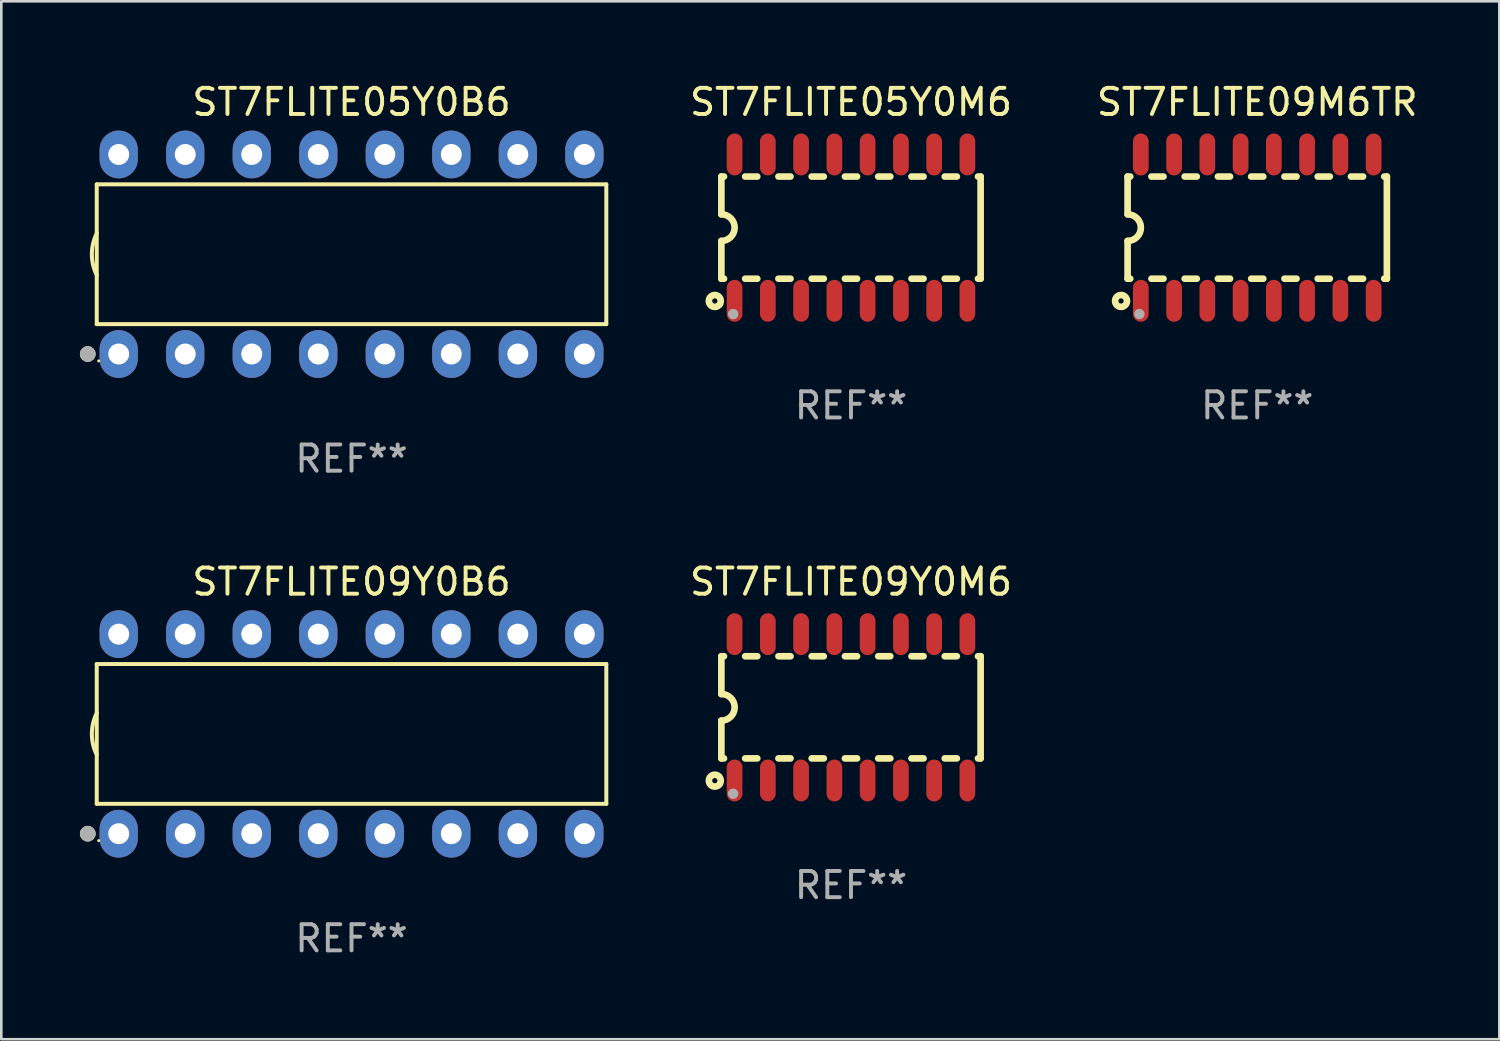
<source format=kicad_pcb>
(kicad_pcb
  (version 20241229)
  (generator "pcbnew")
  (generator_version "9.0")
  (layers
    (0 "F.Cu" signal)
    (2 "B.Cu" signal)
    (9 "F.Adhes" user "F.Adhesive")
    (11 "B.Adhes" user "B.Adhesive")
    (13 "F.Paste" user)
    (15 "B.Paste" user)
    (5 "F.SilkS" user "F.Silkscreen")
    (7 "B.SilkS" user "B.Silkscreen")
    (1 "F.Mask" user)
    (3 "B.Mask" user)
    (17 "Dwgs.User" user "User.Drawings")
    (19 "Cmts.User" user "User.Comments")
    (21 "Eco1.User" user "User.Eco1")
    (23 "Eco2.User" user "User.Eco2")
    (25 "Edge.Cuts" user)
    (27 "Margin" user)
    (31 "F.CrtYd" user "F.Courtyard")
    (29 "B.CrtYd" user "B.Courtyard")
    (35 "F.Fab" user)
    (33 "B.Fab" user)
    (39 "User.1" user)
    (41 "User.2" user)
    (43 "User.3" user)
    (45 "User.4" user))
  (footprint "ST7FLITE05Y0M6"
    (layer "F.Cu")
    (at 29.445 5.642)
    (property "Reference" "ST7FLITE05Y0M6" (at 0 -4.794 0) (layer "F.SilkS") (effects (font (size 1 1) (thickness 0.15))))
    (attr through_hole)
    (fp_line (start -4.95 -1.95) (end -4.95 -0.508) (stroke (width 0.254) (type solid)) (layer "F.SilkS"))
    (fp_line (start -4.95 -1.95) (end -4.849 -1.95) (stroke (width 0.254) (type solid)) (layer "F.SilkS"))
    (fp_line (start -4.95 1.95) (end -4.95 0.508) (stroke (width 0.254) (type solid)) (layer "F.SilkS"))
    (fp_line (start -4.95 1.95) (end -4.849 1.95) (stroke (width 0.254) (type solid)) (layer "F.SilkS"))
    (fp_line (start -4.041 -1.95) (end -3.579 -1.95) (stroke (width 0.254) (type solid)) (layer "F.SilkS"))
    (fp_line (start -4.041 1.95) (end -3.579 1.95) (stroke (width 0.254) (type solid)) (layer "F.SilkS"))
    (fp_line (start -2.771 -1.95) (end -2.309 -1.95) (stroke (width 0.254) (type solid)) (layer "F.SilkS"))
    (fp_line (start -2.771 1.95) (end -2.309 1.95) (stroke (width 0.254) (type solid)) (layer "F.SilkS"))
    (fp_line (start -1.501 -1.95) (end -1.039 -1.95) (stroke (width 0.254) (type solid)) (layer "F.SilkS"))
    (fp_line (start -1.501 1.95) (end -1.039 1.95) (stroke (width 0.254) (type solid)) (layer "F.SilkS"))
    (fp_line (start -0.231 -1.95) (end 0.231 -1.95) (stroke (width 0.254) (type solid)) (layer "F.SilkS"))
    (fp_line (start -0.231 1.95) (end 0.231 1.95) (stroke (width 0.254) (type solid)) (layer "F.SilkS"))
    (fp_line (start 1.039 -1.95) (end 1.501 -1.95) (stroke (width 0.254) (type solid)) (layer "F.SilkS"))
    (fp_line (start 1.039 1.95) (end 1.501 1.95) (stroke (width 0.254) (type solid)) (layer "F.SilkS"))
    (fp_line (start 2.309 -1.95) (end 2.771 -1.95) (stroke (width 0.254) (type solid)) (layer "F.SilkS"))
    (fp_line (start 2.309 1.95) (end 2.771 1.95) (stroke (width 0.254) (type solid)) (layer "F.SilkS"))
    (fp_line (start 3.579 -1.95) (end 4.041 -1.95) (stroke (width 0.254) (type solid)) (layer "F.SilkS"))
    (fp_line (start 3.579 1.95) (end 4.041 1.95) (stroke (width 0.254) (type solid)) (layer "F.SilkS"))
    (fp_line (start 4.849 -1.95) (end 4.95 -1.95) (stroke (width 0.254) (type solid)) (layer "F.SilkS"))
    (fp_line (start 4.849 1.95) (end 4.95 1.95) (stroke (width 0.254) (type solid)) (layer "F.SilkS"))
    (fp_line (start 4.95 -1.95) (end 4.95 1.95) (stroke (width 0.254) (type solid)) (layer "F.SilkS"))
    (fp_arc (start -4.95047 -0.508001) (mid -4.442469 -0.000228) (end -4.950013 0.508001) (stroke (width 0.254001) (type solid)) (layer "F.SilkS"))
    (fp_circle (center -5.2 2.8) (end -5.1 2.8) (stroke (width 0.254) (type solid)) (fill no) (layer "F.SilkS"))
    (fp_circle (center -4.95 2.947) (end -4.92 2.947) (stroke (width 0.06) (type solid)) (fill no) (layer "F.SilkS"))
    (fp_circle (center -4.5 3.3) (end -4.4 3.3) (stroke (width 0.2) (type solid)) (fill no) (layer "F.Fab"))
    (fp_text user "REF**" (at 0 6.794 0) (layer "F.Fab") (effects (font (size 1 1) (thickness 0.15))))
    (pad "1" smd oval (at -4.445 2.794) (size 0.6 1.6) (layers "F.Cu" "F.Mask" "F.Paste"))
    (pad "2" smd oval (at -3.175 2.794) (size 0.6 1.6) (layers "F.Cu" "F.Mask" "F.Paste"))
    (pad "3" smd oval (at -1.905 2.794) (size 0.6 1.6) (layers "F.Cu" "F.Mask" "F.Paste"))
    (pad "4" smd oval (at -0.635 2.794) (size 0.6 1.6) (layers "F.Cu" "F.Mask" "F.Paste"))
    (pad "5" smd oval (at 0.635 2.794) (size 0.6 1.6) (layers "F.Cu" "F.Mask" "F.Paste"))
    (pad "6" smd oval (at 1.905 2.794) (size 0.6 1.6) (layers "F.Cu" "F.Mask" "F.Paste"))
    (pad "7" smd oval (at 3.175 2.794) (size 0.6 1.6) (layers "F.Cu" "F.Mask" "F.Paste"))
    (pad "8" smd oval (at 4.445 2.794) (size 0.6 1.6) (layers "F.Cu" "F.Mask" "F.Paste"))
    (pad "9" smd oval (at 4.445 -2.794) (size 0.6 1.6) (layers "F.Cu" "F.Mask" "F.Paste"))
    (pad "10" smd oval (at 3.175 -2.794) (size 0.6 1.6) (layers "F.Cu" "F.Mask" "F.Paste"))
    (pad "11" smd oval (at 1.905 -2.794) (size 0.6 1.6) (layers "F.Cu" "F.Mask" "F.Paste"))
    (pad "12" smd oval (at 0.635 -2.794) (size 0.6 1.6) (layers "F.Cu" "F.Mask" "F.Paste"))
    (pad "13" smd oval (at -0.635 -2.794) (size 0.6 1.6) (layers "F.Cu" "F.Mask" "F.Paste"))
    (pad "14" smd oval (at -1.905 -2.794) (size 0.6 1.6) (layers "F.Cu" "F.Mask" "F.Paste"))
    (pad "15" smd oval (at -3.175 -2.794) (size 0.6 1.6) (layers "F.Cu" "F.Mask" "F.Paste"))
    (pad "16" smd oval (at -4.445 -2.794) (size 0.6 1.6) (layers "F.Cu" "F.Mask" "F.Paste")))
  (footprint "ST7FLITE09Y0M6"
    (layer "F.Cu")
    (at 29.445 23.959)
    (property "Reference" "ST7FLITE09Y0M6" (at 0 -4.794 0) (layer "F.SilkS") (effects (font (size 1 1) (thickness 0.15))))
    (attr through_hole)
    (fp_line (start -4.95 -1.95) (end -4.95 -0.508) (stroke (width 0.254) (type solid)) (layer "F.SilkS"))
    (fp_line (start -4.95 -1.95) (end -4.849 -1.95) (stroke (width 0.254) (type solid)) (layer "F.SilkS"))
    (fp_line (start -4.95 1.95) (end -4.95 0.508) (stroke (width 0.254) (type solid)) (layer "F.SilkS"))
    (fp_line (start -4.95 1.95) (end -4.849 1.95) (stroke (width 0.254) (type solid)) (layer "F.SilkS"))
    (fp_line (start -4.041 -1.95) (end -3.579 -1.95) (stroke (width 0.254) (type solid)) (layer "F.SilkS"))
    (fp_line (start -4.041 1.95) (end -3.579 1.95) (stroke (width 0.254) (type solid)) (layer "F.SilkS"))
    (fp_line (start -2.771 -1.95) (end -2.309 -1.95) (stroke (width 0.254) (type solid)) (layer "F.SilkS"))
    (fp_line (start -2.771 1.95) (end -2.309 1.95) (stroke (width 0.254) (type solid)) (layer "F.SilkS"))
    (fp_line (start -1.501 -1.95) (end -1.039 -1.95) (stroke (width 0.254) (type solid)) (layer "F.SilkS"))
    (fp_line (start -1.501 1.95) (end -1.039 1.95) (stroke (width 0.254) (type solid)) (layer "F.SilkS"))
    (fp_line (start -0.231 -1.95) (end 0.231 -1.95) (stroke (width 0.254) (type solid)) (layer "F.SilkS"))
    (fp_line (start -0.231 1.95) (end 0.231 1.95) (stroke (width 0.254) (type solid)) (layer "F.SilkS"))
    (fp_line (start 1.039 -1.95) (end 1.501 -1.95) (stroke (width 0.254) (type solid)) (layer "F.SilkS"))
    (fp_line (start 1.039 1.95) (end 1.501 1.95) (stroke (width 0.254) (type solid)) (layer "F.SilkS"))
    (fp_line (start 2.309 -1.95) (end 2.771 -1.95) (stroke (width 0.254) (type solid)) (layer "F.SilkS"))
    (fp_line (start 2.309 1.95) (end 2.771 1.95) (stroke (width 0.254) (type solid)) (layer "F.SilkS"))
    (fp_line (start 3.579 -1.95) (end 4.041 -1.95) (stroke (width 0.254) (type solid)) (layer "F.SilkS"))
    (fp_line (start 3.579 1.95) (end 4.041 1.95) (stroke (width 0.254) (type solid)) (layer "F.SilkS"))
    (fp_line (start 4.849 -1.95) (end 4.95 -1.95) (stroke (width 0.254) (type solid)) (layer "F.SilkS"))
    (fp_line (start 4.849 1.95) (end 4.95 1.95) (stroke (width 0.254) (type solid)) (layer "F.SilkS"))
    (fp_line (start 4.95 -1.95) (end 4.95 1.95) (stroke (width 0.254) (type solid)) (layer "F.SilkS"))
    (fp_arc (start -4.95047 -0.508001) (mid -4.442469 -0.000228) (end -4.950013 0.508001) (stroke (width 0.254001) (type solid)) (layer "F.SilkS"))
    (fp_circle (center -5.2 2.8) (end -5.1 2.8) (stroke (width 0.254) (type solid)) (fill no) (layer "F.SilkS"))
    (fp_circle (center -4.95 2.947) (end -4.92 2.947) (stroke (width 0.06) (type solid)) (fill no) (layer "F.SilkS"))
    (fp_circle (center -4.5 3.3) (end -4.4 3.3) (stroke (width 0.2) (type solid)) (fill no) (layer "F.Fab"))
    (fp_text user "REF**" (at 0 6.794 0) (layer "F.Fab") (effects (font (size 1 1) (thickness 0.15))))
    (pad "1" smd oval (at -4.445 2.794) (size 0.6 1.6) (layers "F.Cu" "F.Mask" "F.Paste"))
    (pad "2" smd oval (at -3.175 2.794) (size 0.6 1.6) (layers "F.Cu" "F.Mask" "F.Paste"))
    (pad "3" smd oval (at -1.905 2.794) (size 0.6 1.6) (layers "F.Cu" "F.Mask" "F.Paste"))
    (pad "4" smd oval (at -0.635 2.794) (size 0.6 1.6) (layers "F.Cu" "F.Mask" "F.Paste"))
    (pad "5" smd oval (at 0.635 2.794) (size 0.6 1.6) (layers "F.Cu" "F.Mask" "F.Paste"))
    (pad "6" smd oval (at 1.905 2.794) (size 0.6 1.6) (layers "F.Cu" "F.Mask" "F.Paste"))
    (pad "7" smd oval (at 3.175 2.794) (size 0.6 1.6) (layers "F.Cu" "F.Mask" "F.Paste"))
    (pad "8" smd oval (at 4.445 2.794) (size 0.6 1.6) (layers "F.Cu" "F.Mask" "F.Paste"))
    (pad "9" smd oval (at 4.445 -2.794) (size 0.6 1.6) (layers "F.Cu" "F.Mask" "F.Paste"))
    (pad "10" smd oval (at 3.175 -2.794) (size 0.6 1.6) (layers "F.Cu" "F.Mask" "F.Paste"))
    (pad "11" smd oval (at 1.905 -2.794) (size 0.6 1.6) (layers "F.Cu" "F.Mask" "F.Paste"))
    (pad "12" smd oval (at 0.635 -2.794) (size 0.6 1.6) (layers "F.Cu" "F.Mask" "F.Paste"))
    (pad "13" smd oval (at -0.635 -2.794) (size 0.6 1.6) (layers "F.Cu" "F.Mask" "F.Paste"))
    (pad "14" smd oval (at -1.905 -2.794) (size 0.6 1.6) (layers "F.Cu" "F.Mask" "F.Paste"))
    (pad "15" smd oval (at -3.175 -2.794) (size 0.6 1.6) (layers "F.Cu" "F.Mask" "F.Paste"))
    (pad "16" smd oval (at -4.445 -2.794) (size 0.6 1.6) (layers "F.Cu" "F.Mask" "F.Paste")))
  (footprint "ST7FLITE09Y0B6"
    (layer "F.Cu")
    (at 10.373 24.975)
    (property "Reference" "ST7FLITE09Y0B6" (at 0 -5.81 0) (layer "F.SilkS") (effects (font (size 1 1) (thickness 0.15))))
    (attr through_hole)
    (fp_line (start -9.729 -2.669) (end 9.729 -2.669) (stroke (width 0.152) (type solid)) (layer "F.SilkS"))
    (fp_line (start -9.729 2.669) (end -9.729 -2.669) (stroke (width 0.152) (type solid)) (layer "F.SilkS"))
    (fp_line (start 9.729 -2.669) (end 9.729 2.669) (stroke (width 0.152) (type solid)) (layer "F.SilkS"))
    (fp_line (start 9.729 2.669) (end -9.729 2.669) (stroke (width 0.152) (type solid)) (layer "F.SilkS"))
    (fp_arc (start -9.728727 0.793751) (mid -9.916106 0) (end -9.728727 -0.793752) (stroke (width 0.1524) (type solid)) (layer "F.SilkS"))
    (fp_circle (center -10.072 3.81) (end -9.922 3.81) (stroke (width 0.3) (type solid)) (fill no) (layer "F.SilkS"))
    (fp_circle (center -9.653 4.075) (end -9.623 4.075) (stroke (width 0.06) (type solid)) (fill no) (layer "F.SilkS"))
    (fp_circle (center -10.072 3.81) (end -9.922 3.81) (stroke (width 0.3) (type solid)) (fill no) (layer "F.Fab"))
    (fp_text user "REF**" (at 0 7.81 0) (layer "F.Fab") (effects (font (size 1 1) (thickness 0.15))))
    (pad "1" thru_hole oval (at -8.89 3.81) (size 1.46 1.825) (drill 0.8) (layers "*.Cu" "*.Mask"))
    (pad "2" thru_hole oval (at -6.35 3.81) (size 1.46 1.825) (drill 0.8) (layers "*.Cu" "*.Mask"))
    (pad "3" thru_hole oval (at -3.81 3.81) (size 1.46 1.825) (drill 0.8) (layers "*.Cu" "*.Mask"))
    (pad "4" thru_hole oval (at -1.27 3.81) (size 1.46 1.825) (drill 0.8) (layers "*.Cu" "*.Mask"))
    (pad "5" thru_hole oval (at 1.27 3.81) (size 1.46 1.825) (drill 0.8) (layers "*.Cu" "*.Mask"))
    (pad "6" thru_hole oval (at 3.81 3.81) (size 1.46 1.825) (drill 0.8) (layers "*.Cu" "*.Mask"))
    (pad "7" thru_hole oval (at 6.35 3.81) (size 1.46 1.825) (drill 0.8) (layers "*.Cu" "*.Mask"))
    (pad "8" thru_hole oval (at 8.89 3.81) (size 1.46 1.825) (drill 0.8) (layers "*.Cu" "*.Mask"))
    (pad "9" thru_hole oval (at 8.89 -3.81) (size 1.46 1.825) (drill 0.8) (layers "*.Cu" "*.Mask"))
    (pad "10" thru_hole oval (at 6.35 -3.81) (size 1.46 1.825) (drill 0.8) (layers "*.Cu" "*.Mask"))
    (pad "11" thru_hole oval (at 3.81 -3.81) (size 1.46 1.825) (drill 0.8) (layers "*.Cu" "*.Mask"))
    (pad "12" thru_hole oval (at 1.27 -3.81) (size 1.46 1.825) (drill 0.8) (layers "*.Cu" "*.Mask"))
    (pad "13" thru_hole oval (at -1.27 -3.81) (size 1.46 1.825) (drill 0.8) (layers "*.Cu" "*.Mask"))
    (pad "14" thru_hole oval (at -3.81 -3.81) (size 1.46 1.825) (drill 0.8) (layers "*.Cu" "*.Mask"))
    (pad "15" thru_hole oval (at -6.35 -3.81) (size 1.46 1.825) (drill 0.8) (layers "*.Cu" "*.Mask"))
    (pad "16" thru_hole oval (at -8.89 -3.81) (size 1.46 1.825) (drill 0.8) (layers "*.Cu" "*.Mask")))
  (footprint "ST7FLITE09M6TR"
    (layer "F.Cu")
    (at 44.957 5.642)
    (property "Reference" "ST7FLITE09M6TR" (at 0 -4.794 0) (layer "F.SilkS") (effects (font (size 1 1) (thickness 0.15))))
    (attr through_hole)
    (fp_line (start -4.95 -1.95) (end -4.95 -0.508) (stroke (width 0.254) (type solid)) (layer "F.SilkS"))
    (fp_line (start -4.95 -1.95) (end -4.849 -1.95) (stroke (width 0.254) (type solid)) (layer "F.SilkS"))
    (fp_line (start -4.95 1.95) (end -4.95 0.508) (stroke (width 0.254) (type solid)) (layer "F.SilkS"))
    (fp_line (start -4.95 1.95) (end -4.849 1.95) (stroke (width 0.254) (type solid)) (layer "F.SilkS"))
    (fp_line (start -4.041 -1.95) (end -3.579 -1.95) (stroke (width 0.254) (type solid)) (layer "F.SilkS"))
    (fp_line (start -4.041 1.95) (end -3.579 1.95) (stroke (width 0.254) (type solid)) (layer "F.SilkS"))
    (fp_line (start -2.771 -1.95) (end -2.309 -1.95) (stroke (width 0.254) (type solid)) (layer "F.SilkS"))
    (fp_line (start -2.771 1.95) (end -2.309 1.95) (stroke (width 0.254) (type solid)) (layer "F.SilkS"))
    (fp_line (start -1.501 -1.95) (end -1.039 -1.95) (stroke (width 0.254) (type solid)) (layer "F.SilkS"))
    (fp_line (start -1.501 1.95) (end -1.039 1.95) (stroke (width 0.254) (type solid)) (layer "F.SilkS"))
    (fp_line (start -0.231 -1.95) (end 0.231 -1.95) (stroke (width 0.254) (type solid)) (layer "F.SilkS"))
    (fp_line (start -0.231 1.95) (end 0.231 1.95) (stroke (width 0.254) (type solid)) (layer "F.SilkS"))
    (fp_line (start 1.039 -1.95) (end 1.501 -1.95) (stroke (width 0.254) (type solid)) (layer "F.SilkS"))
    (fp_line (start 1.039 1.95) (end 1.501 1.95) (stroke (width 0.254) (type solid)) (layer "F.SilkS"))
    (fp_line (start 2.309 -1.95) (end 2.771 -1.95) (stroke (width 0.254) (type solid)) (layer "F.SilkS"))
    (fp_line (start 2.309 1.95) (end 2.771 1.95) (stroke (width 0.254) (type solid)) (layer "F.SilkS"))
    (fp_line (start 3.579 -1.95) (end 4.041 -1.95) (stroke (width 0.254) (type solid)) (layer "F.SilkS"))
    (fp_line (start 3.579 1.95) (end 4.041 1.95) (stroke (width 0.254) (type solid)) (layer "F.SilkS"))
    (fp_line (start 4.849 -1.95) (end 4.95 -1.95) (stroke (width 0.254) (type solid)) (layer "F.SilkS"))
    (fp_line (start 4.849 1.95) (end 4.95 1.95) (stroke (width 0.254) (type solid)) (layer "F.SilkS"))
    (fp_line (start 4.95 -1.95) (end 4.95 1.95) (stroke (width 0.254) (type solid)) (layer "F.SilkS"))
    (fp_arc (start -4.95047 -0.508001) (mid -4.442469 -0.000228) (end -4.950013 0.508001) (stroke (width 0.254001) (type solid)) (layer "F.SilkS"))
    (fp_circle (center -5.2 2.8) (end -5.1 2.8) (stroke (width 0.254) (type solid)) (fill no) (layer "F.SilkS"))
    (fp_circle (center -4.95 2.947) (end -4.92 2.947) (stroke (width 0.06) (type solid)) (fill no) (layer "F.SilkS"))
    (fp_circle (center -4.5 3.3) (end -4.4 3.3) (stroke (width 0.2) (type solid)) (fill no) (layer "F.Fab"))
    (fp_text user "REF**" (at 0 6.794 0) (layer "F.Fab") (effects (font (size 1 1) (thickness 0.15))))
    (pad "1" smd oval (at -4.445 2.794) (size 0.6 1.6) (layers "F.Cu" "F.Mask" "F.Paste"))
    (pad "2" smd oval (at -3.175 2.794) (size 0.6 1.6) (layers "F.Cu" "F.Mask" "F.Paste"))
    (pad "3" smd oval (at -1.905 2.794) (size 0.6 1.6) (layers "F.Cu" "F.Mask" "F.Paste"))
    (pad "4" smd oval (at -0.635 2.794) (size 0.6 1.6) (layers "F.Cu" "F.Mask" "F.Paste"))
    (pad "5" smd oval (at 0.635 2.794) (size 0.6 1.6) (layers "F.Cu" "F.Mask" "F.Paste"))
    (pad "6" smd oval (at 1.905 2.794) (size 0.6 1.6) (layers "F.Cu" "F.Mask" "F.Paste"))
    (pad "7" smd oval (at 3.175 2.794) (size 0.6 1.6) (layers "F.Cu" "F.Mask" "F.Paste"))
    (pad "8" smd oval (at 4.445 2.794) (size 0.6 1.6) (layers "F.Cu" "F.Mask" "F.Paste"))
    (pad "9" smd oval (at 4.445 -2.794) (size 0.6 1.6) (layers "F.Cu" "F.Mask" "F.Paste"))
    (pad "10" smd oval (at 3.175 -2.794) (size 0.6 1.6) (layers "F.Cu" "F.Mask" "F.Paste"))
    (pad "11" smd oval (at 1.905 -2.794) (size 0.6 1.6) (layers "F.Cu" "F.Mask" "F.Paste"))
    (pad "12" smd oval (at 0.635 -2.794) (size 0.6 1.6) (layers "F.Cu" "F.Mask" "F.Paste"))
    (pad "13" smd oval (at -0.635 -2.794) (size 0.6 1.6) (layers "F.Cu" "F.Mask" "F.Paste"))
    (pad "14" smd oval (at -1.905 -2.794) (size 0.6 1.6) (layers "F.Cu" "F.Mask" "F.Paste"))
    (pad "15" smd oval (at -3.175 -2.794) (size 0.6 1.6) (layers "F.Cu" "F.Mask" "F.Paste"))
    (pad "16" smd oval (at -4.445 -2.794) (size 0.6 1.6) (layers "F.Cu" "F.Mask" "F.Paste")))
  (footprint "ST7FLITE05Y0B6"
    (layer "F.Cu")
    (at 10.373 6.658)
    (property "Reference" "ST7FLITE05Y0B6" (at 0 -5.81 0) (layer "F.SilkS") (effects (font (size 1 1) (thickness 0.15))))
    (attr through_hole)
    (fp_line (start -9.729 -2.669) (end 9.729 -2.669) (stroke (width 0.152) (type solid)) (layer "F.SilkS"))
    (fp_line (start -9.729 2.669) (end -9.729 -2.669) (stroke (width 0.152) (type solid)) (layer "F.SilkS"))
    (fp_line (start 9.729 -2.669) (end 9.729 2.669) (stroke (width 0.152) (type solid)) (layer "F.SilkS"))
    (fp_line (start 9.729 2.669) (end -9.729 2.669) (stroke (width 0.152) (type solid)) (layer "F.SilkS"))
    (fp_arc (start -9.728727 0.793751) (mid -9.916106 0) (end -9.728727 -0.793752) (stroke (width 0.1524) (type solid)) (layer "F.SilkS"))
    (fp_circle (center -10.072 3.81) (end -9.922 3.81) (stroke (width 0.3) (type solid)) (fill no) (layer "F.SilkS"))
    (fp_circle (center -9.653 4.075) (end -9.623 4.075) (stroke (width 0.06) (type solid)) (fill no) (layer "F.SilkS"))
    (fp_circle (center -10.072 3.81) (end -9.922 3.81) (stroke (width 0.3) (type solid)) (fill no) (layer "F.Fab"))
    (fp_text user "REF**" (at 0 7.81 0) (layer "F.Fab") (effects (font (size 1 1) (thickness 0.15))))
    (pad "1" thru_hole oval (at -8.89 3.81) (size 1.46 1.825) (drill 0.8) (layers "*.Cu" "*.Mask"))
    (pad "2" thru_hole oval (at -6.35 3.81) (size 1.46 1.825) (drill 0.8) (layers "*.Cu" "*.Mask"))
    (pad "3" thru_hole oval (at -3.81 3.81) (size 1.46 1.825) (drill 0.8) (layers "*.Cu" "*.Mask"))
    (pad "4" thru_hole oval (at -1.27 3.81) (size 1.46 1.825) (drill 0.8) (layers "*.Cu" "*.Mask"))
    (pad "5" thru_hole oval (at 1.27 3.81) (size 1.46 1.825) (drill 0.8) (layers "*.Cu" "*.Mask"))
    (pad "6" thru_hole oval (at 3.81 3.81) (size 1.46 1.825) (drill 0.8) (layers "*.Cu" "*.Mask"))
    (pad "7" thru_hole oval (at 6.35 3.81) (size 1.46 1.825) (drill 0.8) (layers "*.Cu" "*.Mask"))
    (pad "8" thru_hole oval (at 8.89 3.81) (size 1.46 1.825) (drill 0.8) (layers "*.Cu" "*.Mask"))
    (pad "9" thru_hole oval (at 8.89 -3.81) (size 1.46 1.825) (drill 0.8) (layers "*.Cu" "*.Mask"))
    (pad "10" thru_hole oval (at 6.35 -3.81) (size 1.46 1.825) (drill 0.8) (layers "*.Cu" "*.Mask"))
    (pad "11" thru_hole oval (at 3.81 -3.81) (size 1.46 1.825) (drill 0.8) (layers "*.Cu" "*.Mask"))
    (pad "12" thru_hole oval (at 1.27 -3.81) (size 1.46 1.825) (drill 0.8) (layers "*.Cu" "*.Mask"))
    (pad "13" thru_hole oval (at -1.27 -3.81) (size 1.46 1.825) (drill 0.8) (layers "*.Cu" "*.Mask"))
    (pad "14" thru_hole oval (at -3.81 -3.81) (size 1.46 1.825) (drill 0.8) (layers "*.Cu" "*.Mask"))
    (pad "15" thru_hole oval (at -6.35 -3.81) (size 1.46 1.825) (drill 0.8) (layers "*.Cu" "*.Mask"))
    (pad "16" thru_hole oval (at -8.89 -3.81) (size 1.46 1.825) (drill 0.8) (layers "*.Cu" "*.Mask")))
  (gr_rect
    (start -3 -3)
    (end 54.201 36.633)
    (stroke (width 0.1) (type default))
    (fill no)
    (layer "Edge.Cuts")))
</source>
